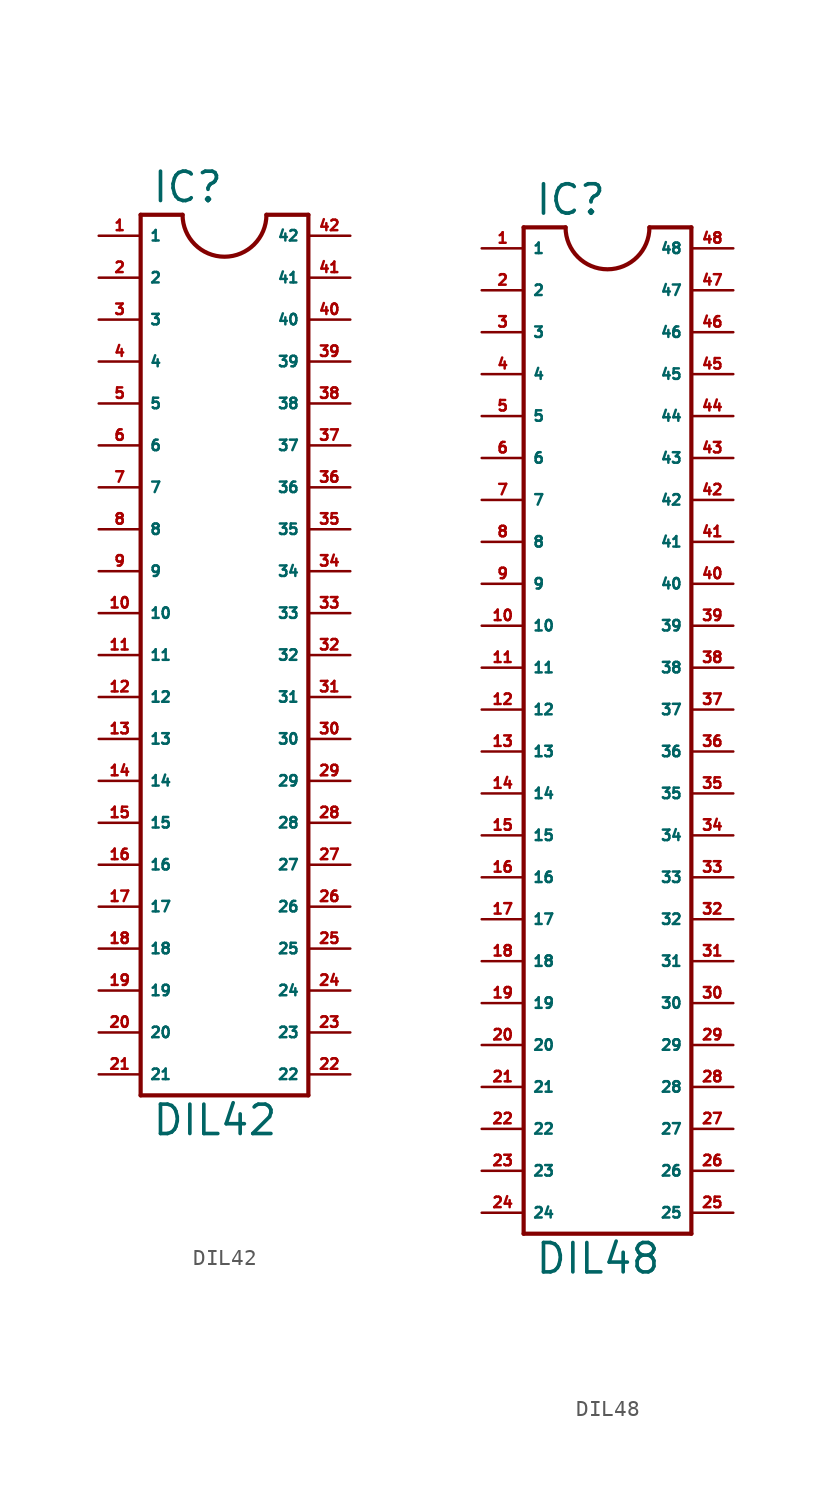
<source format=kicad_sym>
(kicad_symbol_lib
  (version 20220914)
  (generator Eagle2Kicad)
  (symbol "DIL42"
    (property "Reference" "IC"
      (at -4.445 29.845 0)
      (effects (font (size 1.778 1.778) (thickness 0.22)) (justify left bottom)))
    (property "Value" "DIL42"
      (at -4.445 -26.67 0)
      (effects (font (size 1.778 1.778) (thickness 0.22)) (justify left bottom)))
    (polyline
      (pts (xy -5.08 29.21) (xy -5.08 -24.13))
      (stroke (width 0.254) (type default))
      (fill (type none)))
    (polyline
      (pts (xy -5.08 -24.13) (xy 5.08 -24.13))
      (stroke (width 0.254) (type default))
      (fill (type none)))
    (polyline
      (pts (xy 5.08 -24.13) (xy 5.08 29.21))
      (stroke (width 0.254) (type default))
      (fill (type none)))
    (polyline
      (pts (xy 5.08 29.21) (xy 2.54 29.21))
      (stroke (width 0.254) (type default))
      (fill (type none)))
    (polyline
      (pts (xy -5.08 29.21) (xy -2.54 29.21))
      (stroke (width 0.254) (type default))
      (fill (type none)))
    (arc
      (start -2.54 29.21)
      (mid 0.000 26.670)
      (end 2.54 29.21)
      (stroke (width 0.254) (type default))
      (fill (type none)))
    (pin passive line
      (at -7.62 27.94 0)
      (length 2.54)
      (name "1" (effects (font (size 0.635 0.635) (thickness 0.08)) (justify left bottom)))
      (number "1" (effects (font (size 0.635 0.635) (thickness 0.08)) (justify left bottom))))
    (pin passive line
      (at -7.62 25.4 0)
      (length 2.54)
      (name "2" (effects (font (size 0.635 0.635) (thickness 0.08)) (justify left bottom)))
      (number "2" (effects (font (size 0.635 0.635) (thickness 0.08)) (justify left bottom))))
    (pin passive line
      (at -7.62 22.86 0)
      (length 2.54)
      (name "3" (effects (font (size 0.635 0.635) (thickness 0.08)) (justify left bottom)))
      (number "3" (effects (font (size 0.635 0.635) (thickness 0.08)) (justify left bottom))))
    (pin passive line
      (at -7.62 20.32 0)
      (length 2.54)
      (name "4" (effects (font (size 0.635 0.635) (thickness 0.08)) (justify left bottom)))
      (number "4" (effects (font (size 0.635 0.635) (thickness 0.08)) (justify left bottom))))
    (pin passive line
      (at -7.62 17.78 0)
      (length 2.54)
      (name "5" (effects (font (size 0.635 0.635) (thickness 0.08)) (justify left bottom)))
      (number "5" (effects (font (size 0.635 0.635) (thickness 0.08)) (justify left bottom))))
    (pin passive line
      (at -7.62 15.24 0)
      (length 2.54)
      (name "6" (effects (font (size 0.635 0.635) (thickness 0.08)) (justify left bottom)))
      (number "6" (effects (font (size 0.635 0.635) (thickness 0.08)) (justify left bottom))))
    (pin passive line
      (at -7.62 12.7 0)
      (length 2.54)
      (name "7" (effects (font (size 0.635 0.635) (thickness 0.08)) (justify left bottom)))
      (number "7" (effects (font (size 0.635 0.635) (thickness 0.08)) (justify left bottom))))
    (pin passive line
      (at -7.62 10.16 0)
      (length 2.54)
      (name "8" (effects (font (size 0.635 0.635) (thickness 0.08)) (justify left bottom)))
      (number "8" (effects (font (size 0.635 0.635) (thickness 0.08)) (justify left bottom))))
    (pin passive line
      (at -7.62 7.62 0)
      (length 2.54)
      (name "9" (effects (font (size 0.635 0.635) (thickness 0.08)) (justify left bottom)))
      (number "9" (effects (font (size 0.635 0.635) (thickness 0.08)) (justify left bottom))))
    (pin passive line
      (at -7.62 5.08 0)
      (length 2.54)
      (name "10" (effects (font (size 0.635 0.635) (thickness 0.08)) (justify left bottom)))
      (number "10" (effects (font (size 0.635 0.635) (thickness 0.08)) (justify left bottom))))
    (pin passive line
      (at -7.62 2.54 0)
      (length 2.54)
      (name "11" (effects (font (size 0.635 0.635) (thickness 0.08)) (justify left bottom)))
      (number "11" (effects (font (size 0.635 0.635) (thickness 0.08)) (justify left bottom))))
    (pin passive line
      (at -7.62 0 0)
      (length 2.54)
      (name "12" (effects (font (size 0.635 0.635) (thickness 0.08)) (justify left bottom)))
      (number "12" (effects (font (size 0.635 0.635) (thickness 0.08)) (justify left bottom))))
    (pin passive line
      (at -7.62 -2.54 0)
      (length 2.54)
      (name "13" (effects (font (size 0.635 0.635) (thickness 0.08)) (justify left bottom)))
      (number "13" (effects (font (size 0.635 0.635) (thickness 0.08)) (justify left bottom))))
    (pin passive line
      (at -7.62 -5.08 0)
      (length 2.54)
      (name "14" (effects (font (size 0.635 0.635) (thickness 0.08)) (justify left bottom)))
      (number "14" (effects (font (size 0.635 0.635) (thickness 0.08)) (justify left bottom))))
    (pin passive line
      (at -7.62 -7.62 0)
      (length 2.54)
      (name "15" (effects (font (size 0.635 0.635) (thickness 0.08)) (justify left bottom)))
      (number "15" (effects (font (size 0.635 0.635) (thickness 0.08)) (justify left bottom))))
    (pin passive line
      (at -7.62 -10.16 0)
      (length 2.54)
      (name "16" (effects (font (size 0.635 0.635) (thickness 0.08)) (justify left bottom)))
      (number "16" (effects (font (size 0.635 0.635) (thickness 0.08)) (justify left bottom))))
    (pin passive line
      (at -7.62 -12.7 0)
      (length 2.54)
      (name "17" (effects (font (size 0.635 0.635) (thickness 0.08)) (justify left bottom)))
      (number "17" (effects (font (size 0.635 0.635) (thickness 0.08)) (justify left bottom))))
    (pin passive line
      (at -7.62 -15.24 0)
      (length 2.54)
      (name "18" (effects (font (size 0.635 0.635) (thickness 0.08)) (justify left bottom)))
      (number "18" (effects (font (size 0.635 0.635) (thickness 0.08)) (justify left bottom))))
    (pin passive line
      (at -7.62 -17.78 0)
      (length 2.54)
      (name "19" (effects (font (size 0.635 0.635) (thickness 0.08)) (justify left bottom)))
      (number "19" (effects (font (size 0.635 0.635) (thickness 0.08)) (justify left bottom))))
    (pin passive line
      (at -7.62 -20.32 0)
      (length 2.54)
      (name "20" (effects (font (size 0.635 0.635) (thickness 0.08)) (justify left bottom)))
      (number "20" (effects (font (size 0.635 0.635) (thickness 0.08)) (justify left bottom))))
    (pin passive line
      (at -7.62 -22.86 0)
      (length 2.54)
      (name "21" (effects (font (size 0.635 0.635) (thickness 0.08)) (justify left bottom)))
      (number "21" (effects (font (size 0.635 0.635) (thickness 0.08)) (justify left bottom))))
    (pin passive line
      (at 7.62 -22.86 180)
      (length 2.54)
      (name "22" (effects (font (size 0.635 0.635) (thickness 0.08)) (justify left bottom)))
      (number "22" (effects (font (size 0.635 0.635) (thickness 0.08)) (justify left bottom))))
    (pin passive line
      (at 7.62 -20.32 180)
      (length 2.54)
      (name "23" (effects (font (size 0.635 0.635) (thickness 0.08)) (justify left bottom)))
      (number "23" (effects (font (size 0.635 0.635) (thickness 0.08)) (justify left bottom))))
    (pin passive line
      (at 7.62 -17.78 180)
      (length 2.54)
      (name "24" (effects (font (size 0.635 0.635) (thickness 0.08)) (justify left bottom)))
      (number "24" (effects (font (size 0.635 0.635) (thickness 0.08)) (justify left bottom))))
    (pin passive line
      (at 7.62 -15.24 180)
      (length 2.54)
      (name "25" (effects (font (size 0.635 0.635) (thickness 0.08)) (justify left bottom)))
      (number "25" (effects (font (size 0.635 0.635) (thickness 0.08)) (justify left bottom))))
    (pin passive line
      (at 7.62 -12.7 180)
      (length 2.54)
      (name "26" (effects (font (size 0.635 0.635) (thickness 0.08)) (justify left bottom)))
      (number "26" (effects (font (size 0.635 0.635) (thickness 0.08)) (justify left bottom))))
    (pin passive line
      (at 7.62 -10.16 180)
      (length 2.54)
      (name "27" (effects (font (size 0.635 0.635) (thickness 0.08)) (justify left bottom)))
      (number "27" (effects (font (size 0.635 0.635) (thickness 0.08)) (justify left bottom))))
    (pin passive line
      (at 7.62 -7.62 180)
      (length 2.54)
      (name "28" (effects (font (size 0.635 0.635) (thickness 0.08)) (justify left bottom)))
      (number "28" (effects (font (size 0.635 0.635) (thickness 0.08)) (justify left bottom))))
    (pin passive line
      (at 7.62 -5.08 180)
      (length 2.54)
      (name "29" (effects (font (size 0.635 0.635) (thickness 0.08)) (justify left bottom)))
      (number "29" (effects (font (size 0.635 0.635) (thickness 0.08)) (justify left bottom))))
    (pin passive line
      (at 7.62 -2.54 180)
      (length 2.54)
      (name "30" (effects (font (size 0.635 0.635) (thickness 0.08)) (justify left bottom)))
      (number "30" (effects (font (size 0.635 0.635) (thickness 0.08)) (justify left bottom))))
    (pin passive line
      (at 7.62 0 180)
      (length 2.54)
      (name "31" (effects (font (size 0.635 0.635) (thickness 0.08)) (justify left bottom)))
      (number "31" (effects (font (size 0.635 0.635) (thickness 0.08)) (justify left bottom))))
    (pin passive line
      (at 7.62 2.54 180)
      (length 2.54)
      (name "32" (effects (font (size 0.635 0.635) (thickness 0.08)) (justify left bottom)))
      (number "32" (effects (font (size 0.635 0.635) (thickness 0.08)) (justify left bottom))))
    (pin passive line
      (at 7.62 5.08 180)
      (length 2.54)
      (name "33" (effects (font (size 0.635 0.635) (thickness 0.08)) (justify left bottom)))
      (number "33" (effects (font (size 0.635 0.635) (thickness 0.08)) (justify left bottom))))
    (pin passive line
      (at 7.62 7.62 180)
      (length 2.54)
      (name "34" (effects (font (size 0.635 0.635) (thickness 0.08)) (justify left bottom)))
      (number "34" (effects (font (size 0.635 0.635) (thickness 0.08)) (justify left bottom))))
    (pin passive line
      (at 7.62 10.16 180)
      (length 2.54)
      (name "35" (effects (font (size 0.635 0.635) (thickness 0.08)) (justify left bottom)))
      (number "35" (effects (font (size 0.635 0.635) (thickness 0.08)) (justify left bottom))))
    (pin passive line
      (at 7.62 12.7 180)
      (length 2.54)
      (name "36" (effects (font (size 0.635 0.635) (thickness 0.08)) (justify left bottom)))
      (number "36" (effects (font (size 0.635 0.635) (thickness 0.08)) (justify left bottom))))
    (pin passive line
      (at 7.62 15.24 180)
      (length 2.54)
      (name "37" (effects (font (size 0.635 0.635) (thickness 0.08)) (justify left bottom)))
      (number "37" (effects (font (size 0.635 0.635) (thickness 0.08)) (justify left bottom))))
    (pin passive line
      (at 7.62 17.78 180)
      (length 2.54)
      (name "38" (effects (font (size 0.635 0.635) (thickness 0.08)) (justify left bottom)))
      (number "38" (effects (font (size 0.635 0.635) (thickness 0.08)) (justify left bottom))))
    (pin passive line
      (at 7.62 20.32 180)
      (length 2.54)
      (name "39" (effects (font (size 0.635 0.635) (thickness 0.08)) (justify left bottom)))
      (number "39" (effects (font (size 0.635 0.635) (thickness 0.08)) (justify left bottom))))
    (pin passive line
      (at 7.62 22.86 180)
      (length 2.54)
      (name "40" (effects (font (size 0.635 0.635) (thickness 0.08)) (justify left bottom)))
      (number "40" (effects (font (size 0.635 0.635) (thickness 0.08)) (justify left bottom))))
    (pin passive line
      (at 7.62 25.4 180)
      (length 2.54)
      (name "41" (effects (font (size 0.635 0.635) (thickness 0.08)) (justify left bottom)))
      (number "41" (effects (font (size 0.635 0.635) (thickness 0.08)) (justify left bottom))))
    (pin passive line
      (at 7.62 27.94 180)
      (length 2.54)
      (name "42" (effects (font (size 0.635 0.635) (thickness 0.08)) (justify left bottom)))
      (number "42" (effects (font (size 0.635 0.635) (thickness 0.08)) (justify left bottom)))))
  (symbol "DIL48"
    (property "Reference" "IC"
      (at -4.445 29.845 0)
      (effects (font (size 1.778 1.778) (thickness 0.22)) (justify left bottom)))
    (property "Value" "DIL48"
      (at -4.445 -34.29 0)
      (effects (font (size 1.778 1.778) (thickness 0.22)) (justify left bottom)))
    (polyline
      (pts (xy -5.08 29.21) (xy -5.08 -31.75))
      (stroke (width 0.254) (type default))
      (fill (type none)))
    (polyline
      (pts (xy -5.08 -31.75) (xy 5.08 -31.75))
      (stroke (width 0.254) (type default))
      (fill (type none)))
    (polyline
      (pts (xy 5.08 -31.75) (xy 5.08 29.21))
      (stroke (width 0.254) (type default))
      (fill (type none)))
    (polyline
      (pts (xy 5.08 29.21) (xy 2.54 29.21))
      (stroke (width 0.254) (type default))
      (fill (type none)))
    (polyline
      (pts (xy -5.08 29.21) (xy -2.54 29.21))
      (stroke (width 0.254) (type default))
      (fill (type none)))
    (arc
      (start -2.54 29.21)
      (mid 0.000 26.670)
      (end 2.54 29.21)
      (stroke (width 0.254) (type default))
      (fill (type none)))
    (pin passive line
      (at -7.62 27.94 0)
      (length 2.54)
      (name "1" (effects (font (size 0.635 0.635) (thickness 0.08)) (justify left bottom)))
      (number "1" (effects (font (size 0.635 0.635) (thickness 0.08)) (justify left bottom))))
    (pin passive line
      (at -7.62 25.4 0)
      (length 2.54)
      (name "2" (effects (font (size 0.635 0.635) (thickness 0.08)) (justify left bottom)))
      (number "2" (effects (font (size 0.635 0.635) (thickness 0.08)) (justify left bottom))))
    (pin passive line
      (at -7.62 22.86 0)
      (length 2.54)
      (name "3" (effects (font (size 0.635 0.635) (thickness 0.08)) (justify left bottom)))
      (number "3" (effects (font (size 0.635 0.635) (thickness 0.08)) (justify left bottom))))
    (pin passive line
      (at -7.62 20.32 0)
      (length 2.54)
      (name "4" (effects (font (size 0.635 0.635) (thickness 0.08)) (justify left bottom)))
      (number "4" (effects (font (size 0.635 0.635) (thickness 0.08)) (justify left bottom))))
    (pin passive line
      (at -7.62 17.78 0)
      (length 2.54)
      (name "5" (effects (font (size 0.635 0.635) (thickness 0.08)) (justify left bottom)))
      (number "5" (effects (font (size 0.635 0.635) (thickness 0.08)) (justify left bottom))))
    (pin passive line
      (at -7.62 15.24 0)
      (length 2.54)
      (name "6" (effects (font (size 0.635 0.635) (thickness 0.08)) (justify left bottom)))
      (number "6" (effects (font (size 0.635 0.635) (thickness 0.08)) (justify left bottom))))
    (pin passive line
      (at -7.62 12.7 0)
      (length 2.54)
      (name "7" (effects (font (size 0.635 0.635) (thickness 0.08)) (justify left bottom)))
      (number "7" (effects (font (size 0.635 0.635) (thickness 0.08)) (justify left bottom))))
    (pin passive line
      (at -7.62 10.16 0)
      (length 2.54)
      (name "8" (effects (font (size 0.635 0.635) (thickness 0.08)) (justify left bottom)))
      (number "8" (effects (font (size 0.635 0.635) (thickness 0.08)) (justify left bottom))))
    (pin passive line
      (at -7.62 7.62 0)
      (length 2.54)
      (name "9" (effects (font (size 0.635 0.635) (thickness 0.08)) (justify left bottom)))
      (number "9" (effects (font (size 0.635 0.635) (thickness 0.08)) (justify left bottom))))
    (pin passive line
      (at -7.62 5.08 0)
      (length 2.54)
      (name "10" (effects (font (size 0.635 0.635) (thickness 0.08)) (justify left bottom)))
      (number "10" (effects (font (size 0.635 0.635) (thickness 0.08)) (justify left bottom))))
    (pin passive line
      (at -7.62 2.54 0)
      (length 2.54)
      (name "11" (effects (font (size 0.635 0.635) (thickness 0.08)) (justify left bottom)))
      (number "11" (effects (font (size 0.635 0.635) (thickness 0.08)) (justify left bottom))))
    (pin passive line
      (at -7.62 0 0)
      (length 2.54)
      (name "12" (effects (font (size 0.635 0.635) (thickness 0.08)) (justify left bottom)))
      (number "12" (effects (font (size 0.635 0.635) (thickness 0.08)) (justify left bottom))))
    (pin passive line
      (at -7.62 -2.54 0)
      (length 2.54)
      (name "13" (effects (font (size 0.635 0.635) (thickness 0.08)) (justify left bottom)))
      (number "13" (effects (font (size 0.635 0.635) (thickness 0.08)) (justify left bottom))))
    (pin passive line
      (at -7.62 -5.08 0)
      (length 2.54)
      (name "14" (effects (font (size 0.635 0.635) (thickness 0.08)) (justify left bottom)))
      (number "14" (effects (font (size 0.635 0.635) (thickness 0.08)) (justify left bottom))))
    (pin passive line
      (at -7.62 -7.62 0)
      (length 2.54)
      (name "15" (effects (font (size 0.635 0.635) (thickness 0.08)) (justify left bottom)))
      (number "15" (effects (font (size 0.635 0.635) (thickness 0.08)) (justify left bottom))))
    (pin passive line
      (at -7.62 -10.16 0)
      (length 2.54)
      (name "16" (effects (font (size 0.635 0.635) (thickness 0.08)) (justify left bottom)))
      (number "16" (effects (font (size 0.635 0.635) (thickness 0.08)) (justify left bottom))))
    (pin passive line
      (at -7.62 -12.7 0)
      (length 2.54)
      (name "17" (effects (font (size 0.635 0.635) (thickness 0.08)) (justify left bottom)))
      (number "17" (effects (font (size 0.635 0.635) (thickness 0.08)) (justify left bottom))))
    (pin passive line
      (at -7.62 -15.24 0)
      (length 2.54)
      (name "18" (effects (font (size 0.635 0.635) (thickness 0.08)) (justify left bottom)))
      (number "18" (effects (font (size 0.635 0.635) (thickness 0.08)) (justify left bottom))))
    (pin passive line
      (at -7.62 -17.78 0)
      (length 2.54)
      (name "19" (effects (font (size 0.635 0.635) (thickness 0.08)) (justify left bottom)))
      (number "19" (effects (font (size 0.635 0.635) (thickness 0.08)) (justify left bottom))))
    (pin passive line
      (at -7.62 -20.32 0)
      (length 2.54)
      (name "20" (effects (font (size 0.635 0.635) (thickness 0.08)) (justify left bottom)))
      (number "20" (effects (font (size 0.635 0.635) (thickness 0.08)) (justify left bottom))))
    (pin passive line
      (at -7.62 -22.86 0)
      (length 2.54)
      (name "21" (effects (font (size 0.635 0.635) (thickness 0.08)) (justify left bottom)))
      (number "21" (effects (font (size 0.635 0.635) (thickness 0.08)) (justify left bottom))))
    (pin passive line
      (at -7.62 -25.4 0)
      (length 2.54)
      (name "22" (effects (font (size 0.635 0.635) (thickness 0.08)) (justify left bottom)))
      (number "22" (effects (font (size 0.635 0.635) (thickness 0.08)) (justify left bottom))))
    (pin passive line
      (at -7.62 -27.94 0)
      (length 2.54)
      (name "23" (effects (font (size 0.635 0.635) (thickness 0.08)) (justify left bottom)))
      (number "23" (effects (font (size 0.635 0.635) (thickness 0.08)) (justify left bottom))))
    (pin passive line
      (at -7.62 -30.48 0)
      (length 2.54)
      (name "24" (effects (font (size 0.635 0.635) (thickness 0.08)) (justify left bottom)))
      (number "24" (effects (font (size 0.635 0.635) (thickness 0.08)) (justify left bottom))))
    (pin passive line
      (at 7.62 -30.48 180)
      (length 2.54)
      (name "25" (effects (font (size 0.635 0.635) (thickness 0.08)) (justify left bottom)))
      (number "25" (effects (font (size 0.635 0.635) (thickness 0.08)) (justify left bottom))))
    (pin passive line
      (at 7.62 -27.94 180)
      (length 2.54)
      (name "26" (effects (font (size 0.635 0.635) (thickness 0.08)) (justify left bottom)))
      (number "26" (effects (font (size 0.635 0.635) (thickness 0.08)) (justify left bottom))))
    (pin passive line
      (at 7.62 -25.4 180)
      (length 2.54)
      (name "27" (effects (font (size 0.635 0.635) (thickness 0.08)) (justify left bottom)))
      (number "27" (effects (font (size 0.635 0.635) (thickness 0.08)) (justify left bottom))))
    (pin passive line
      (at 7.62 -22.86 180)
      (length 2.54)
      (name "28" (effects (font (size 0.635 0.635) (thickness 0.08)) (justify left bottom)))
      (number "28" (effects (font (size 0.635 0.635) (thickness 0.08)) (justify left bottom))))
    (pin passive line
      (at 7.62 -20.32 180)
      (length 2.54)
      (name "29" (effects (font (size 0.635 0.635) (thickness 0.08)) (justify left bottom)))
      (number "29" (effects (font (size 0.635 0.635) (thickness 0.08)) (justify left bottom))))
    (pin passive line
      (at 7.62 -17.78 180)
      (length 2.54)
      (name "30" (effects (font (size 0.635 0.635) (thickness 0.08)) (justify left bottom)))
      (number "30" (effects (font (size 0.635 0.635) (thickness 0.08)) (justify left bottom))))
    (pin passive line
      (at 7.62 -15.24 180)
      (length 2.54)
      (name "31" (effects (font (size 0.635 0.635) (thickness 0.08)) (justify left bottom)))
      (number "31" (effects (font (size 0.635 0.635) (thickness 0.08)) (justify left bottom))))
    (pin passive line
      (at 7.62 -12.7 180)
      (length 2.54)
      (name "32" (effects (font (size 0.635 0.635) (thickness 0.08)) (justify left bottom)))
      (number "32" (effects (font (size 0.635 0.635) (thickness 0.08)) (justify left bottom))))
    (pin passive line
      (at 7.62 -10.16 180)
      (length 2.54)
      (name "33" (effects (font (size 0.635 0.635) (thickness 0.08)) (justify left bottom)))
      (number "33" (effects (font (size 0.635 0.635) (thickness 0.08)) (justify left bottom))))
    (pin passive line
      (at 7.62 -7.62 180)
      (length 2.54)
      (name "34" (effects (font (size 0.635 0.635) (thickness 0.08)) (justify left bottom)))
      (number "34" (effects (font (size 0.635 0.635) (thickness 0.08)) (justify left bottom))))
    (pin passive line
      (at 7.62 -5.08 180)
      (length 2.54)
      (name "35" (effects (font (size 0.635 0.635) (thickness 0.08)) (justify left bottom)))
      (number "35" (effects (font (size 0.635 0.635) (thickness 0.08)) (justify left bottom))))
    (pin passive line
      (at 7.62 -2.54 180)
      (length 2.54)
      (name "36" (effects (font (size 0.635 0.635) (thickness 0.08)) (justify left bottom)))
      (number "36" (effects (font (size 0.635 0.635) (thickness 0.08)) (justify left bottom))))
    (pin passive line
      (at 7.62 0 180)
      (length 2.54)
      (name "37" (effects (font (size 0.635 0.635) (thickness 0.08)) (justify left bottom)))
      (number "37" (effects (font (size 0.635 0.635) (thickness 0.08)) (justify left bottom))))
    (pin passive line
      (at 7.62 2.54 180)
      (length 2.54)
      (name "38" (effects (font (size 0.635 0.635) (thickness 0.08)) (justify left bottom)))
      (number "38" (effects (font (size 0.635 0.635) (thickness 0.08)) (justify left bottom))))
    (pin passive line
      (at 7.62 5.08 180)
      (length 2.54)
      (name "39" (effects (font (size 0.635 0.635) (thickness 0.08)) (justify left bottom)))
      (number "39" (effects (font (size 0.635 0.635) (thickness 0.08)) (justify left bottom))))
    (pin passive line
      (at 7.62 7.62 180)
      (length 2.54)
      (name "40" (effects (font (size 0.635 0.635) (thickness 0.08)) (justify left bottom)))
      (number "40" (effects (font (size 0.635 0.635) (thickness 0.08)) (justify left bottom))))
    (pin passive line
      (at 7.62 10.16 180)
      (length 2.54)
      (name "41" (effects (font (size 0.635 0.635) (thickness 0.08)) (justify left bottom)))
      (number "41" (effects (font (size 0.635 0.635) (thickness 0.08)) (justify left bottom))))
    (pin passive line
      (at 7.62 12.7 180)
      (length 2.54)
      (name "42" (effects (font (size 0.635 0.635) (thickness 0.08)) (justify left bottom)))
      (number "42" (effects (font (size 0.635 0.635) (thickness 0.08)) (justify left bottom))))
    (pin passive line
      (at 7.62 15.24 180)
      (length 2.54)
      (name "43" (effects (font (size 0.635 0.635) (thickness 0.08)) (justify left bottom)))
      (number "43" (effects (font (size 0.635 0.635) (thickness 0.08)) (justify left bottom))))
    (pin passive line
      (at 7.62 17.78 180)
      (length 2.54)
      (name "44" (effects (font (size 0.635 0.635) (thickness 0.08)) (justify left bottom)))
      (number "44" (effects (font (size 0.635 0.635) (thickness 0.08)) (justify left bottom))))
    (pin passive line
      (at 7.62 20.32 180)
      (length 2.54)
      (name "45" (effects (font (size 0.635 0.635) (thickness 0.08)) (justify left bottom)))
      (number "45" (effects (font (size 0.635 0.635) (thickness 0.08)) (justify left bottom))))
    (pin passive line
      (at 7.62 22.86 180)
      (length 2.54)
      (name "46" (effects (font (size 0.635 0.635) (thickness 0.08)) (justify left bottom)))
      (number "46" (effects (font (size 0.635 0.635) (thickness 0.08)) (justify left bottom))))
    (pin passive line
      (at 7.62 25.4 180)
      (length 2.54)
      (name "47" (effects (font (size 0.635 0.635) (thickness 0.08)) (justify left bottom)))
      (number "47" (effects (font (size 0.635 0.635) (thickness 0.08)) (justify left bottom))))
    (pin passive line
      (at 7.62 27.94 180)
      (length 2.54)
      (name "48" (effects (font (size 0.635 0.635) (thickness 0.08)) (justify left bottom)))
      (number "48" (effects (font (size 0.635 0.635) (thickness 0.08)) (justify left bottom))))))
</source>
